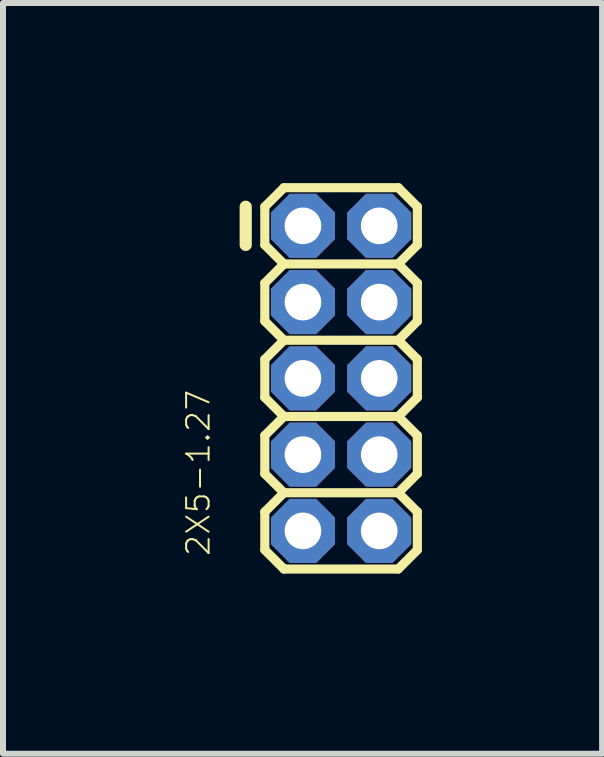
<source format=kicad_pcb>
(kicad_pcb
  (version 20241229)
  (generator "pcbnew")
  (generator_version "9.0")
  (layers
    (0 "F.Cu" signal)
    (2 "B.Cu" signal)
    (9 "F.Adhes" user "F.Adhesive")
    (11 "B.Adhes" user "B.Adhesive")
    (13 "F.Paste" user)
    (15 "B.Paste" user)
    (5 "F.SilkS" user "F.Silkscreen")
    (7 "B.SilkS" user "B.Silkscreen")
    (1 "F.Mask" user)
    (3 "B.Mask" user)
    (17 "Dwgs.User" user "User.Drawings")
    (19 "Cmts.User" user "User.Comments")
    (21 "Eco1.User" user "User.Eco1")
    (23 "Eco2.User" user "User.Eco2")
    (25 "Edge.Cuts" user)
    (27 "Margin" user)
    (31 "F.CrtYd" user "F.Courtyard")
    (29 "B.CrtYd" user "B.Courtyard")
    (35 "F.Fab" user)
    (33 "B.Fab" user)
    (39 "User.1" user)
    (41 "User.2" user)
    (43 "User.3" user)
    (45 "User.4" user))
  (footprint "2X5-1.27"
    (layer "F.Cu")
    (at 3.265 4.521)
    (property "Reference" "2X5-1.27" (at -2.794 1.714 90) (layer "F.SilkS") (effects (font (size 0.374 0.374) (thickness 0.033)) (justify left bottom)))
    (fp_line (start -2.223 -4.128) (end -2.223 -3.493) (stroke (width 0.203) (type solid)) (layer "F.SilkS"))
    (fp_line (start -1.905 -4.128) (end -1.905 -3.493) (stroke (width 0.152) (type solid)) (layer "F.SilkS"))
    (fp_line (start -1.905 -3.493) (end -1.587 -3.175) (stroke (width 0.152) (type solid)) (layer "F.SilkS"))
    (fp_line (start -1.905 -2.857) (end -1.905 -2.223) (stroke (width 0.152) (type solid)) (layer "F.SilkS"))
    (fp_line (start -1.905 -2.223) (end -1.587 -1.905) (stroke (width 0.152) (type solid)) (layer "F.SilkS"))
    (fp_line (start -1.905 -1.587) (end -1.905 -0.953) (stroke (width 0.152) (type solid)) (layer "F.SilkS"))
    (fp_line (start -1.905 -0.953) (end -1.587 -0.635) (stroke (width 0.152) (type solid)) (layer "F.SilkS"))
    (fp_line (start -1.905 -0.318) (end -1.905 0.318) (stroke (width 0.152) (type solid)) (layer "F.SilkS"))
    (fp_line (start -1.905 0.318) (end -1.587 0.635) (stroke (width 0.152) (type solid)) (layer "F.SilkS"))
    (fp_line (start -1.905 0.953) (end -1.905 1.587) (stroke (width 0.152) (type solid)) (layer "F.SilkS"))
    (fp_line (start -1.905 1.587) (end -1.587 1.905) (stroke (width 0.152) (type solid)) (layer "F.SilkS"))
    (fp_line (start -1.587 -4.445) (end -1.905 -4.128) (stroke (width 0.152) (type solid)) (layer "F.SilkS"))
    (fp_line (start -1.587 -4.445) (end 0.318 -4.445) (stroke (width 0.152) (type solid)) (layer "F.SilkS"))
    (fp_line (start -1.587 -3.175) (end -1.905 -2.857) (stroke (width 0.152) (type solid)) (layer "F.SilkS"))
    (fp_line (start -1.587 -1.905) (end -1.905 -1.587) (stroke (width 0.152) (type solid)) (layer "F.SilkS"))
    (fp_line (start -1.587 -0.635) (end -1.905 -0.318) (stroke (width 0.152) (type solid)) (layer "F.SilkS"))
    (fp_line (start -1.587 0.635) (end -1.905 0.953) (stroke (width 0.152) (type solid)) (layer "F.SilkS"))
    (fp_line (start 0.318 -4.445) (end 0.635 -4.128) (stroke (width 0.152) (type solid)) (layer "F.SilkS"))
    (fp_line (start 0.318 -3.175) (end -1.587 -3.175) (stroke (width 0.152) (type solid)) (layer "F.SilkS"))
    (fp_line (start 0.318 -3.175) (end 0.635 -2.857) (stroke (width 0.152) (type solid)) (layer "F.SilkS"))
    (fp_line (start 0.318 -1.905) (end -1.587 -1.905) (stroke (width 0.152) (type solid)) (layer "F.SilkS"))
    (fp_line (start 0.318 -1.905) (end 0.635 -1.587) (stroke (width 0.152) (type solid)) (layer "F.SilkS"))
    (fp_line (start 0.318 -0.635) (end -1.587 -0.635) (stroke (width 0.152) (type solid)) (layer "F.SilkS"))
    (fp_line (start 0.318 -0.635) (end 0.635 -0.318) (stroke (width 0.152) (type solid)) (layer "F.SilkS"))
    (fp_line (start 0.318 0.635) (end -1.587 0.635) (stroke (width 0.152) (type solid)) (layer "F.SilkS"))
    (fp_line (start 0.318 0.635) (end 0.635 0.953) (stroke (width 0.152) (type solid)) (layer "F.SilkS"))
    (fp_line (start 0.318 1.905) (end -1.587 1.905) (stroke (width 0.152) (type solid)) (layer "F.SilkS"))
    (fp_line (start 0.635 -4.128) (end 0.635 -3.493) (stroke (width 0.152) (type solid)) (layer "F.SilkS"))
    (fp_line (start 0.635 -3.493) (end 0.318 -3.175) (stroke (width 0.152) (type solid)) (layer "F.SilkS"))
    (fp_line (start 0.635 -2.857) (end 0.635 -2.223) (stroke (width 0.152) (type solid)) (layer "F.SilkS"))
    (fp_line (start 0.635 -2.223) (end 0.318 -1.905) (stroke (width 0.152) (type solid)) (layer "F.SilkS"))
    (fp_line (start 0.635 -1.587) (end 0.635 -0.953) (stroke (width 0.152) (type solid)) (layer "F.SilkS"))
    (fp_line (start 0.635 -0.953) (end 0.318 -0.635) (stroke (width 0.152) (type solid)) (layer "F.SilkS"))
    (fp_line (start 0.635 -0.318) (end 0.635 0.318) (stroke (width 0.152) (type solid)) (layer "F.SilkS"))
    (fp_line (start 0.635 0.318) (end 0.318 0.635) (stroke (width 0.152) (type solid)) (layer "F.SilkS"))
    (fp_line (start 0.635 0.953) (end 0.635 1.587) (stroke (width 0.152) (type solid)) (layer "F.SilkS"))
    (fp_line (start 0.635 1.587) (end 0.318 1.905) (stroke (width 0.152) (type solid)) (layer "F.SilkS"))
    (fp_poly (pts (xy -1.397 -3.683) (xy -1.143 -3.683) (xy -1.143 -3.937) (xy -1.397 -3.937)) (stroke (width 0.1) (type solid)) (fill no) (layer "F.Fab"))
    (fp_poly (pts (xy -1.397 -2.413) (xy -1.143 -2.413) (xy -1.143 -2.667) (xy -1.397 -2.667)) (stroke (width 0.1) (type solid)) (fill no) (layer "F.Fab"))
    (fp_poly (pts (xy -1.397 -1.143) (xy -1.143 -1.143) (xy -1.143 -1.397) (xy -1.397 -1.397)) (stroke (width 0.1) (type solid)) (fill no) (layer "F.Fab"))
    (fp_poly (pts (xy -1.397 0.127) (xy -1.143 0.127) (xy -1.143 -0.127) (xy -1.397 -0.127)) (stroke (width 0.1) (type solid)) (fill no) (layer "F.Fab"))
    (fp_poly (pts (xy -1.397 1.397) (xy -1.143 1.397) (xy -1.143 1.143) (xy -1.397 1.143)) (stroke (width 0.1) (type solid)) (fill no) (layer "F.Fab"))
    (fp_poly (pts (xy -0.127 -3.683) (xy 0.127 -3.683) (xy 0.127 -3.937) (xy -0.127 -3.937)) (stroke (width 0.1) (type solid)) (fill no) (layer "F.Fab"))
    (fp_poly (pts (xy -0.127 -2.413) (xy 0.127 -2.413) (xy 0.127 -2.667) (xy -0.127 -2.667)) (stroke (width 0.1) (type solid)) (fill no) (layer "F.Fab"))
    (fp_poly (pts (xy -0.127 -1.143) (xy 0.127 -1.143) (xy 0.127 -1.397) (xy -0.127 -1.397)) (stroke (width 0.1) (type solid)) (fill no) (layer "F.Fab"))
    (fp_poly (pts (xy -0.127 0.127) (xy 0.127 0.127) (xy 0.127 -0.127) (xy -0.127 -0.127)) (stroke (width 0.1) (type solid)) (fill no) (layer "F.Fab"))
    (fp_poly (pts (xy -0.127 1.397) (xy 0.127 1.397) (xy 0.127 1.143) (xy -0.127 1.143)) (stroke (width 0.1) (type solid)) (fill no) (layer "F.Fab"))
    (pad "1" thru_hole roundrect (at -1.27 -3.81 270) (size 1.067 1.067) (drill 0.61) (layers "*.Cu" "*.Mask") (roundrect_rratio 0.25) (chamfer_ratio 0.293) (chamfer top_left top_right bottom_left bottom_right))
    (pad "2" thru_hole roundrect (at 0 -3.81 270) (size 1.067 1.067) (drill 0.61) (layers "*.Cu" "*.Mask") (roundrect_rratio 0.25) (chamfer_ratio 0.293) (chamfer top_left top_right bottom_left bottom_right))
    (pad "3" thru_hole roundrect (at -1.27 -2.54 270) (size 1.067 1.067) (drill 0.61) (layers "*.Cu" "*.Mask") (roundrect_rratio 0.25) (chamfer_ratio 0.293) (chamfer top_left top_right bottom_left bottom_right))
    (pad "4" thru_hole roundrect (at 0 -2.54 270) (size 1.067 1.067) (drill 0.61) (layers "*.Cu" "*.Mask") (roundrect_rratio 0.25) (chamfer_ratio 0.293) (chamfer top_left top_right bottom_left bottom_right))
    (pad "5" thru_hole roundrect (at -1.27 -1.27 270) (size 1.067 1.067) (drill 0.61) (layers "*.Cu" "*.Mask") (roundrect_rratio 0.25) (chamfer_ratio 0.293) (chamfer top_left top_right bottom_left bottom_right))
    (pad "6" thru_hole roundrect (at 0 -1.27 270) (size 1.067 1.067) (drill 0.61) (layers "*.Cu" "*.Mask") (roundrect_rratio 0.25) (chamfer_ratio 0.293) (chamfer top_left top_right bottom_left bottom_right))
    (pad "7" thru_hole roundrect (at -1.27 0 270) (size 1.067 1.067) (drill 0.61) (layers "*.Cu" "*.Mask") (roundrect_rratio 0.25) (chamfer_ratio 0.293) (chamfer top_left top_right bottom_left bottom_right))
    (pad "8" thru_hole roundrect (at 0 0 270) (size 1.067 1.067) (drill 0.61) (layers "*.Cu" "*.Mask") (roundrect_rratio 0.25) (chamfer_ratio 0.293) (chamfer top_left top_right bottom_left bottom_right))
    (pad "9" thru_hole roundrect (at -1.27 1.27 270) (size 1.067 1.067) (drill 0.61) (layers "*.Cu" "*.Mask") (roundrect_rratio 0.25) (chamfer_ratio 0.293) (chamfer top_left top_right bottom_left bottom_right))
    (pad "10" thru_hole roundrect (at 0 1.27 270) (size 1.067 1.067) (drill 0.61) (layers "*.Cu" "*.Mask") (roundrect_rratio 0.25) (chamfer_ratio 0.293) (chamfer top_left top_right bottom_left bottom_right)))
  (gr_rect
    (start -3 -3)
    (end 6.977 9.502)
    (stroke (width 0.1) (type default))
    (fill no)
    (layer "Edge.Cuts")))
</source>
